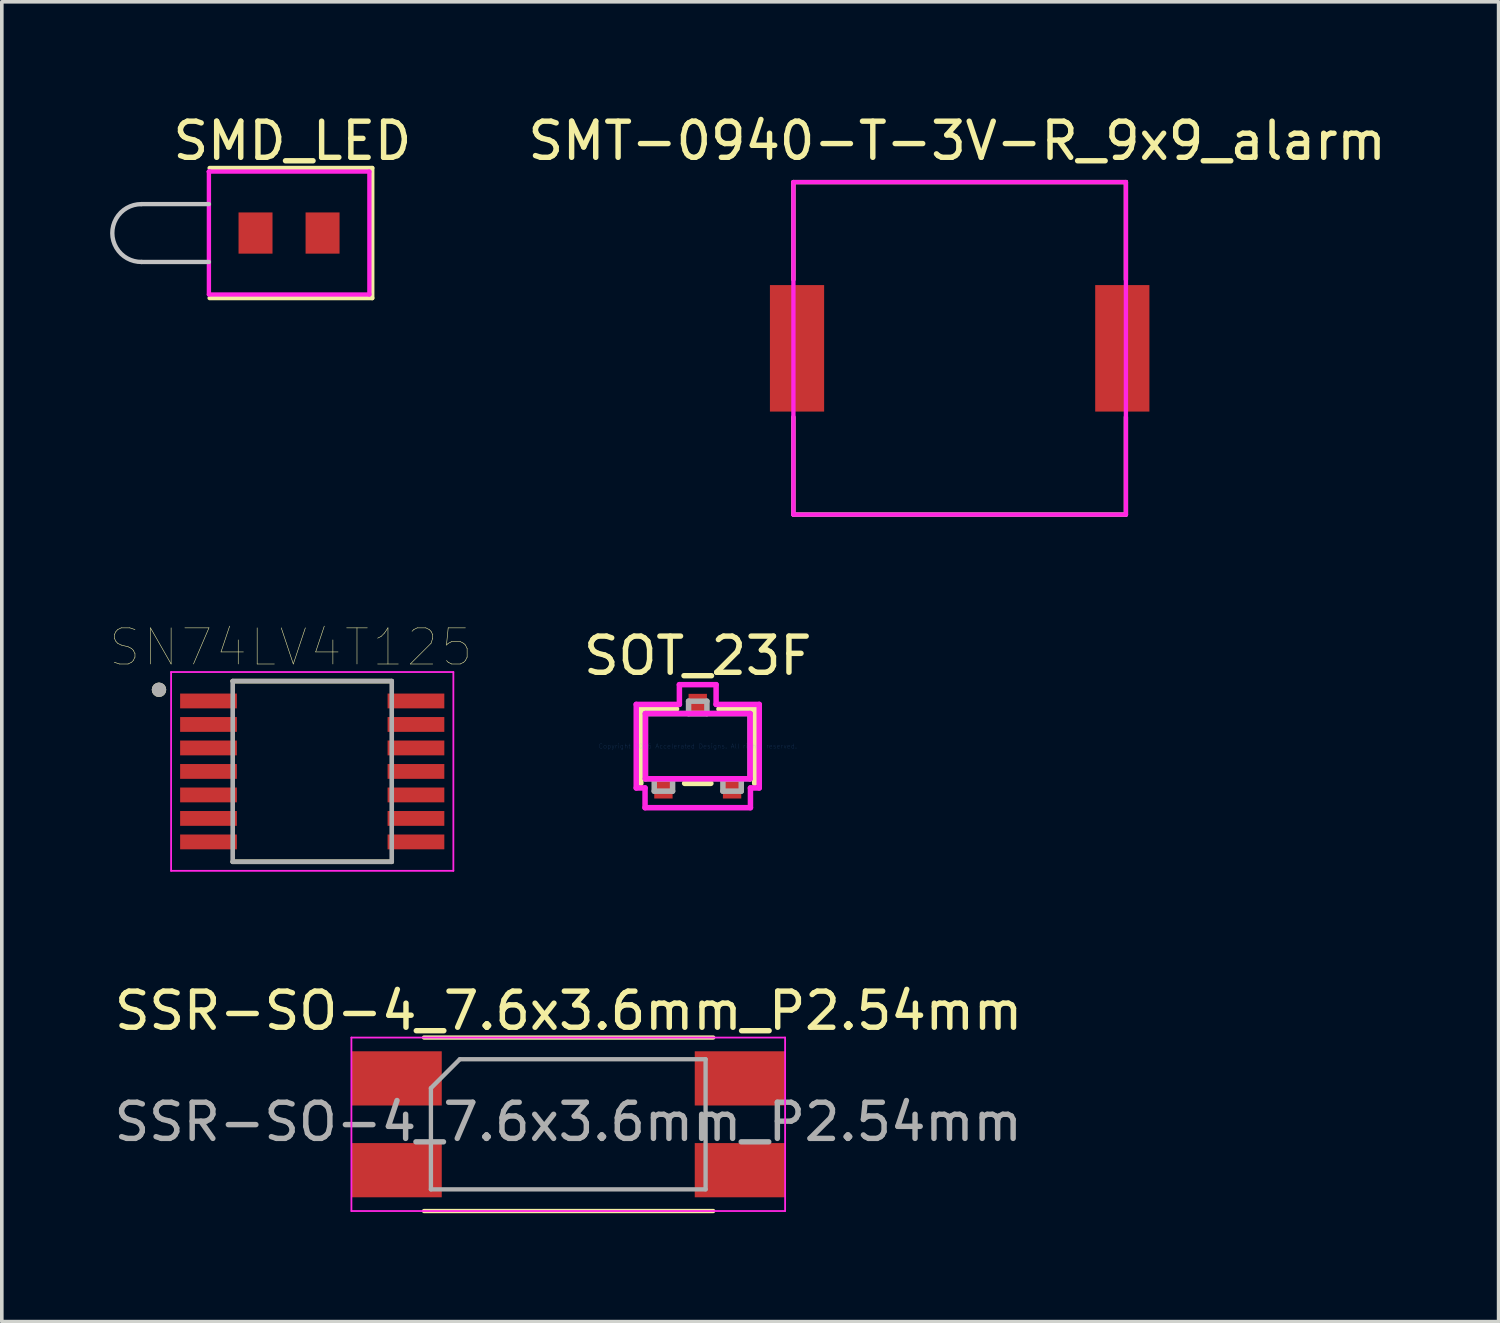
<source format=kicad_pcb>
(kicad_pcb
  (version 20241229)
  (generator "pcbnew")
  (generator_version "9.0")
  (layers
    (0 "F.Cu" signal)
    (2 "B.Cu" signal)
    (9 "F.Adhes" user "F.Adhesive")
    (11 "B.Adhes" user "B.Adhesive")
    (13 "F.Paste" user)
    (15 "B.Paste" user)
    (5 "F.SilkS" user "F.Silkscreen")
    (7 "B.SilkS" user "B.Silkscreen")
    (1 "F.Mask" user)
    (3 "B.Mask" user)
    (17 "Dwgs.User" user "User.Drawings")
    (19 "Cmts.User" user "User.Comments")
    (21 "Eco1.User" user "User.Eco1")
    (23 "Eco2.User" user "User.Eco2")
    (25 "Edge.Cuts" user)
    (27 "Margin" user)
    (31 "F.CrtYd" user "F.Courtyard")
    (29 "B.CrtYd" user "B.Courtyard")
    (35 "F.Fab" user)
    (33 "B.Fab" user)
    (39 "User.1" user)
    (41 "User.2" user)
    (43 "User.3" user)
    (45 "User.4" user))
  (footprint "SMT-0940-T-3V-R_9x9_alarm"
    (layer "F.Cu")
    (at 23.503 2.088)
    (property "Reference" "SMT-0940-T-3V-R_9x9_alarm" (at -0.07 -1.24 0) (layer "F.SilkS") (effects (font (size 1 1) (thickness 0.15))))
    (attr through_hole)
    (fp_line (start -4.6 -0.1) (end -4.6 2.6) (stroke (width 0.12) (type solid)) (layer "F.SilkS"))
    (fp_line (start -4.6 -0.1) (end 4.6 -0.1) (stroke (width 0.12) (type solid)) (layer "F.SilkS"))
    (fp_line (start -4.6 9.1) (end -4.6 6.4) (stroke (width 0.12) (type solid)) (layer "F.SilkS"))
    (fp_line (start -4.6 9.1) (end 4.6 9.1) (stroke (width 0.12) (type solid)) (layer "F.SilkS"))
    (fp_line (start 4.6 -0.1) (end 4.6 2.6) (stroke (width 0.12) (type solid)) (layer "F.SilkS"))
    (fp_line (start 4.6 9.1) (end 4.6 6.4) (stroke (width 0.12) (type solid)) (layer "F.SilkS"))
    (fp_line (start -4.6 -0.1) (end 4.6 -0.1) (stroke (width 0.12) (type solid)) (layer "F.CrtYd"))
    (fp_line (start -4.6 9.1) (end -4.6 -0.1) (stroke (width 0.12) (type solid)) (layer "F.CrtYd"))
    (fp_line (start 4.6 -0.1) (end 4.6 9.1) (stroke (width 0.12) (type solid)) (layer "F.CrtYd"))
    (fp_line (start 4.6 9.1) (end -4.6 9.1) (stroke (width 0.12) (type solid)) (layer "F.CrtYd"))
    (pad "1" smd rect (at -4.5 4.5) (size 1.5 3.5) (layers "F.Cu" "F.Mask" "F.Paste"))
    (pad "2" smd rect (at 4.5 4.5) (size 1.5 3.5) (layers "F.Cu" "F.Mask" "F.Paste")))
  (footprint "SN74LV4T125"
    (layer "F.Cu")
    (at 5.589 18.295)
    (property "Reference" "SN74LV4T125" (at -0.595 -3.435 0) (layer "F.SilkS") (effects (font (size 1 1) (thickness 0.015))))
    (attr through_hole)
    (fp_line (start -2.2 -2.5) (end 2.2 -2.5) (stroke (width 0.127) (type solid)) (layer "F.SilkS"))
    (fp_line (start -2.2 2.5) (end 2.2 2.5) (stroke (width 0.127) (type solid)) (layer "F.SilkS"))
    (fp_circle (center -4.24 -2.26) (end -4.14 -2.26) (stroke (width 0.2) (type solid)) (fill no) (layer "F.SilkS"))
    (fp_line (start -3.905 -2.75) (end -3.905 2.75) (stroke (width 0.05) (type solid)) (layer "F.CrtYd"))
    (fp_line (start -3.905 -2.75) (end 3.905 -2.75) (stroke (width 0.05) (type solid)) (layer "F.CrtYd"))
    (fp_line (start -3.905 2.75) (end 3.905 2.75) (stroke (width 0.05) (type solid)) (layer "F.CrtYd"))
    (fp_line (start 3.905 -2.75) (end 3.905 2.75) (stroke (width 0.05) (type solid)) (layer "F.CrtYd"))
    (fp_line (start -2.2 -2.5) (end -2.2 2.5) (stroke (width 0.127) (type solid)) (layer "F.Fab"))
    (fp_line (start -2.2 -2.5) (end 2.2 -2.5) (stroke (width 0.127) (type solid)) (layer "F.Fab"))
    (fp_line (start -2.2 2.5) (end 2.2 2.5) (stroke (width 0.127) (type solid)) (layer "F.Fab"))
    (fp_line (start 2.2 -2.5) (end 2.2 2.5) (stroke (width 0.127) (type solid)) (layer "F.Fab"))
    (fp_circle (center -4.24 -2.26) (end -4.14 -2.26) (stroke (width 0.2) (type solid)) (fill no) (layer "F.Fab"))
    (pad "1" smd rect (at -2.87 -1.95) (size 1.57 0.41) (layers "F.Cu" "F.Mask" "F.Paste"))
    (pad "2" smd rect (at -2.87 -1.3) (size 1.57 0.41) (layers "F.Cu" "F.Mask" "F.Paste"))
    (pad "3" smd rect (at -2.87 -0.65) (size 1.57 0.41) (layers "F.Cu" "F.Mask" "F.Paste"))
    (pad "4" smd rect (at -2.87 0) (size 1.57 0.41) (layers "F.Cu" "F.Mask" "F.Paste"))
    (pad "5" smd rect (at -2.87 0.65) (size 1.57 0.41) (layers "F.Cu" "F.Mask" "F.Paste"))
    (pad "6" smd rect (at -2.87 1.3) (size 1.57 0.41) (layers "F.Cu" "F.Mask" "F.Paste"))
    (pad "7" smd rect (at -2.87 1.95) (size 1.57 0.41) (layers "F.Cu" "F.Mask" "F.Paste"))
    (pad "8" smd rect (at 2.87 1.95) (size 1.57 0.41) (layers "F.Cu" "F.Mask" "F.Paste"))
    (pad "9" smd rect (at 2.87 1.3) (size 1.57 0.41) (layers "F.Cu" "F.Mask" "F.Paste"))
    (pad "10" smd rect (at 2.87 0.65) (size 1.57 0.41) (layers "F.Cu" "F.Mask" "F.Paste"))
    (pad "11" smd rect (at 2.87 0) (size 1.57 0.41) (layers "F.Cu" "F.Mask" "F.Paste"))
    (pad "12" smd rect (at 2.87 -0.65) (size 1.57 0.41) (layers "F.Cu" "F.Mask" "F.Paste"))
    (pad "13" smd rect (at 2.87 -1.3) (size 1.57 0.41) (layers "F.Cu" "F.Mask" "F.Paste"))
    (pad "14" smd rect (at 2.87 -1.95) (size 1.57 0.41) (layers "F.Cu" "F.Mask" "F.Paste")))
  (footprint "SOT_23F"
    (layer "F.Cu")
    (at 16.256 17.596)
    (property "Reference" "SOT_23F" (at 0 -2.5 0) (layer "F.SilkS") (effects (font (size 1 1) (thickness 0.15))))
    (attr through_hole)
    (fp_line (start -1.575 -1.029) (end -1.575 1.029) (stroke (width 0.152) (type solid)) (layer "F.SilkS"))
    (fp_line (start -0.587 -1.029) (end -1.575 -1.029) (stroke (width 0.152) (type solid)) (layer "F.SilkS"))
    (fp_line (start -0.363 1.029) (end 0.363 1.029) (stroke (width 0.152) (type solid)) (layer "F.SilkS"))
    (fp_line (start 1.575 -1.029) (end 0.587 -1.029) (stroke (width 0.152) (type solid)) (layer "F.SilkS"))
    (fp_line (start 1.575 1.029) (end 1.575 -1.029) (stroke (width 0.152) (type solid)) (layer "F.SilkS"))
    (fp_line (start -1.702 -1.156) (end -0.508 -1.156) (stroke (width 0.152) (type solid)) (layer "F.CrtYd"))
    (fp_line (start -1.702 1.156) (end -1.702 -1.156) (stroke (width 0.152) (type solid)) (layer "F.CrtYd"))
    (fp_line (start -1.458 1.156) (end -1.702 1.156) (stroke (width 0.152) (type solid)) (layer "F.CrtYd"))
    (fp_line (start -1.458 1.702) (end -1.458 1.156) (stroke (width 0.152) (type solid)) (layer "F.CrtYd"))
    (fp_line (start -1.448 -0.902) (end 1.448 -0.902) (stroke (width 0.152) (type solid)) (layer "F.CrtYd"))
    (fp_line (start -1.448 0.902) (end -1.448 -0.902) (stroke (width 0.152) (type solid)) (layer "F.CrtYd"))
    (fp_line (start -0.508 -1.702) (end 0.508 -1.702) (stroke (width 0.152) (type solid)) (layer "F.CrtYd"))
    (fp_line (start -0.508 -1.156) (end -0.508 -1.702) (stroke (width 0.152) (type solid)) (layer "F.CrtYd"))
    (fp_line (start 0.508 -1.702) (end 0.508 -1.156) (stroke (width 0.152) (type solid)) (layer "F.CrtYd"))
    (fp_line (start 0.508 -1.156) (end 1.702 -1.156) (stroke (width 0.152) (type solid)) (layer "F.CrtYd"))
    (fp_line (start 1.448 -0.902) (end 1.448 0.902) (stroke (width 0.152) (type solid)) (layer "F.CrtYd"))
    (fp_line (start 1.448 0.902) (end -1.448 0.902) (stroke (width 0.152) (type solid)) (layer "F.CrtYd"))
    (fp_line (start 1.458 1.156) (end 1.458 1.702) (stroke (width 0.152) (type solid)) (layer "F.CrtYd"))
    (fp_line (start 1.458 1.702) (end -1.458 1.702) (stroke (width 0.152) (type solid)) (layer "F.CrtYd"))
    (fp_line (start 1.702 -1.156) (end 1.702 1.156) (stroke (width 0.152) (type solid)) (layer "F.CrtYd"))
    (fp_line (start 1.702 1.156) (end 1.458 1.156) (stroke (width 0.152) (type solid)) (layer "F.CrtYd"))
    (fp_line (start -1.448 -0.902) (end -1.448 0.902) (stroke (width 0.152) (type solid)) (layer "F.Fab"))
    (fp_line (start -1.448 0.902) (end 1.448 0.902) (stroke (width 0.152) (type solid)) (layer "F.Fab"))
    (fp_line (start -1.204 0.902) (end -1.204 1.245) (stroke (width 0.152) (type solid)) (layer "F.Fab"))
    (fp_line (start -1.204 1.245) (end -0.696 1.245) (stroke (width 0.152) (type solid)) (layer "F.Fab"))
    (fp_line (start -0.696 0.902) (end -1.204 0.902) (stroke (width 0.152) (type solid)) (layer "F.Fab"))
    (fp_line (start -0.696 1.245) (end -0.696 0.902) (stroke (width 0.152) (type solid)) (layer "F.Fab"))
    (fp_line (start -0.254 -1.245) (end -0.254 -0.902) (stroke (width 0.152) (type solid)) (layer "F.Fab"))
    (fp_line (start -0.254 -0.902) (end 0.254 -0.902) (stroke (width 0.152) (type solid)) (layer "F.Fab"))
    (fp_line (start 0.254 -1.245) (end -0.254 -1.245) (stroke (width 0.152) (type solid)) (layer "F.Fab"))
    (fp_line (start 0.254 -0.902) (end 0.254 -1.245) (stroke (width 0.152) (type solid)) (layer "F.Fab"))
    (fp_line (start 0.696 0.902) (end 0.696 1.245) (stroke (width 0.152) (type solid)) (layer "F.Fab"))
    (fp_line (start 0.696 1.245) (end 1.204 1.245) (stroke (width 0.152) (type solid)) (layer "F.Fab"))
    (fp_line (start 1.204 0.902) (end 0.696 0.902) (stroke (width 0.152) (type solid)) (layer "F.Fab"))
    (fp_line (start 1.204 1.245) (end 1.204 0.902) (stroke (width 0.152) (type solid)) (layer "F.Fab"))
    (fp_line (start 1.448 -0.902) (end -1.448 -0.902) (stroke (width 0.152) (type solid)) (layer "F.Fab"))
    (fp_line (start 1.448 0.902) (end 1.448 -0.902) (stroke (width 0.152) (type solid)) (layer "F.Fab"))
    (fp_text user "Copyright 2016 Accelerated Designs. All rights reserved." (at 0 0 0) (layer "Cmts.User") (effects (font (size 0.127 0.127) (thickness 0.002))))
    (pad "1" smd rect (at -0.95 1.194) (size 0.508 0.508) (layers "F.Cu" "F.Mask" "F.Paste"))
    (pad "2" smd rect (at 0.95 1.194) (size 0.508 0.508) (layers "F.Cu" "F.Mask" "F.Paste"))
    (pad "3" smd rect (at 0 -1.194) (size 0.508 0.508) (layers "F.Cu" "F.Mask" "F.Paste")))
  (footprint "SSR-SO-4_7.6x3.6mm_P2.54mm"
    (layer "F.Cu")
    (at 12.673 28.058)
    (property "Reference" "SSR-SO-4_7.6x3.6mm_P2.54mm" (at 0.01 -3.14 0) (layer "F.SilkS") (effects (font (size 1 1) (thickness 0.15))))
    (attr smd)
    (fp_line (start -3.99 -2.4) (end 4.01 -2.4) (stroke (width 0.12) (type solid)) (layer "F.SilkS"))
    (fp_line (start 4.01 2.4) (end -3.99 2.4) (stroke (width 0.12) (type solid)) (layer "F.SilkS"))
    (fp_line (start -6 -2.4) (end -6 2.4) (stroke (width 0.05) (type solid)) (layer "F.CrtYd"))
    (fp_line (start -6 -2.4) (end 6 -2.4) (stroke (width 0.05) (type solid)) (layer "F.CrtYd"))
    (fp_line (start 6 2.4) (end -6 2.4) (stroke (width 0.05) (type solid)) (layer "F.CrtYd"))
    (fp_line (start 6 2.4) (end 6 -2.4) (stroke (width 0.05) (type solid)) (layer "F.CrtYd"))
    (fp_line (start -3.8 -1) (end -3 -1.8) (stroke (width 0.12) (type solid)) (layer "F.Fab"))
    (fp_line (start -3.8 1.8) (end -3.8 -1) (stroke (width 0.12) (type solid)) (layer "F.Fab"))
    (fp_line (start -3 -1.8) (end 3.8 -1.8) (stroke (width 0.12) (type solid)) (layer "F.Fab"))
    (fp_line (start 3.8 -1.8) (end 3.8 1.8) (stroke (width 0.12) (type solid)) (layer "F.Fab"))
    (fp_line (start 3.8 1.8) (end -3.8 1.8) (stroke (width 0.12) (type solid)) (layer "F.Fab"))
    (fp_text user "${REFERENCE}" (at 0 -0.065 0) (layer "F.Fab") (effects (font (size 1 1) (thickness 0.15))))
    (pad "1" smd rect (at -4.75 -1.27) (size 2.5 1.5) (layers "F.Cu" "F.Mask" "F.Paste"))
    (pad "2" smd rect (at -4.75 1.27) (size 2.5 1.5) (layers "F.Cu" "F.Mask" "F.Paste"))
    (pad "3" smd rect (at 4.75 1.27) (size 2.5 1.5) (layers "F.Cu" "F.Mask" "F.Paste"))
    (pad "4" smd rect (at 4.75 -1.27) (size 2.5 1.5) (layers "F.Cu" "F.Mask" "F.Paste")))
  (footprint "SMD_LED"
    (layer "F.Cu")
    (at 4.95 3.398)
    (property "Reference" "SMD_LED" (at 0.09 -2.55 0) (layer "F.SilkS") (effects (font (size 1 1) (thickness 0.15))))
    (attr through_hole)
    (fp_line (start -2.2 -1.8) (end 2.3 -1.8) (stroke (width 0.12) (type solid)) (layer "F.SilkS"))
    (fp_line (start 2.3 -1.8) (end 2.3 1.8) (stroke (width 0.12) (type solid)) (layer "F.SilkS"))
    (fp_line (start 2.3 1.8) (end -2.2 1.8) (stroke (width 0.12) (type solid)) (layer "F.SilkS"))
    (fp_line (start -2.22 -0.8) (end -4.09 -0.8) (stroke (width 0.12) (type solid)) (layer "Dwgs.User"))
    (fp_line (start -2.22 0.8) (end -4.09 0.8) (stroke (width 0.12) (type solid)) (layer "Dwgs.User"))
    (fp_arc (start -4.080226 0.79994) (mid -4.889985 0.004887) (end -4.09 -0.8) (stroke (width 0.12) (type solid)) (layer "Dwgs.User"))
    (fp_line (start -2.22 -1.7) (end -2.2 -1.7) (stroke (width 0.12) (type solid)) (layer "F.CrtYd"))
    (fp_line (start -2.22 -1.7) (end 2.22 -1.7) (stroke (width 0.12) (type solid)) (layer "F.CrtYd"))
    (fp_line (start -2.22 1.7) (end -2.22 -1.7) (stroke (width 0.12) (type solid)) (layer "F.CrtYd"))
    (fp_line (start -2.22 1.7) (end 2.22 1.7) (stroke (width 0.12) (type solid)) (layer "F.CrtYd"))
    (fp_line (start -2.2 -1.7) (end -2.22 -1.7) (stroke (width 0.12) (type solid)) (layer "F.CrtYd"))
    (fp_line (start 2.22 -1.7) (end 2.22 1.7) (stroke (width 0.12) (type solid)) (layer "F.CrtYd"))
    (pad "A" smd rect (at -0.93 0) (size 0.94 1.14) (layers "F.Cu" "F.Mask" "F.Paste"))
    (pad "K" smd rect (at 0.925 0) (size 0.94 1.14) (layers "F.Cu" "F.Mask" "F.Paste")))
  (gr_rect
    (start -3 -3)
    (end 38.415 33.518)
    (stroke (width 0.1) (type default))
    (fill no)
    (layer "Edge.Cuts")))
</source>
